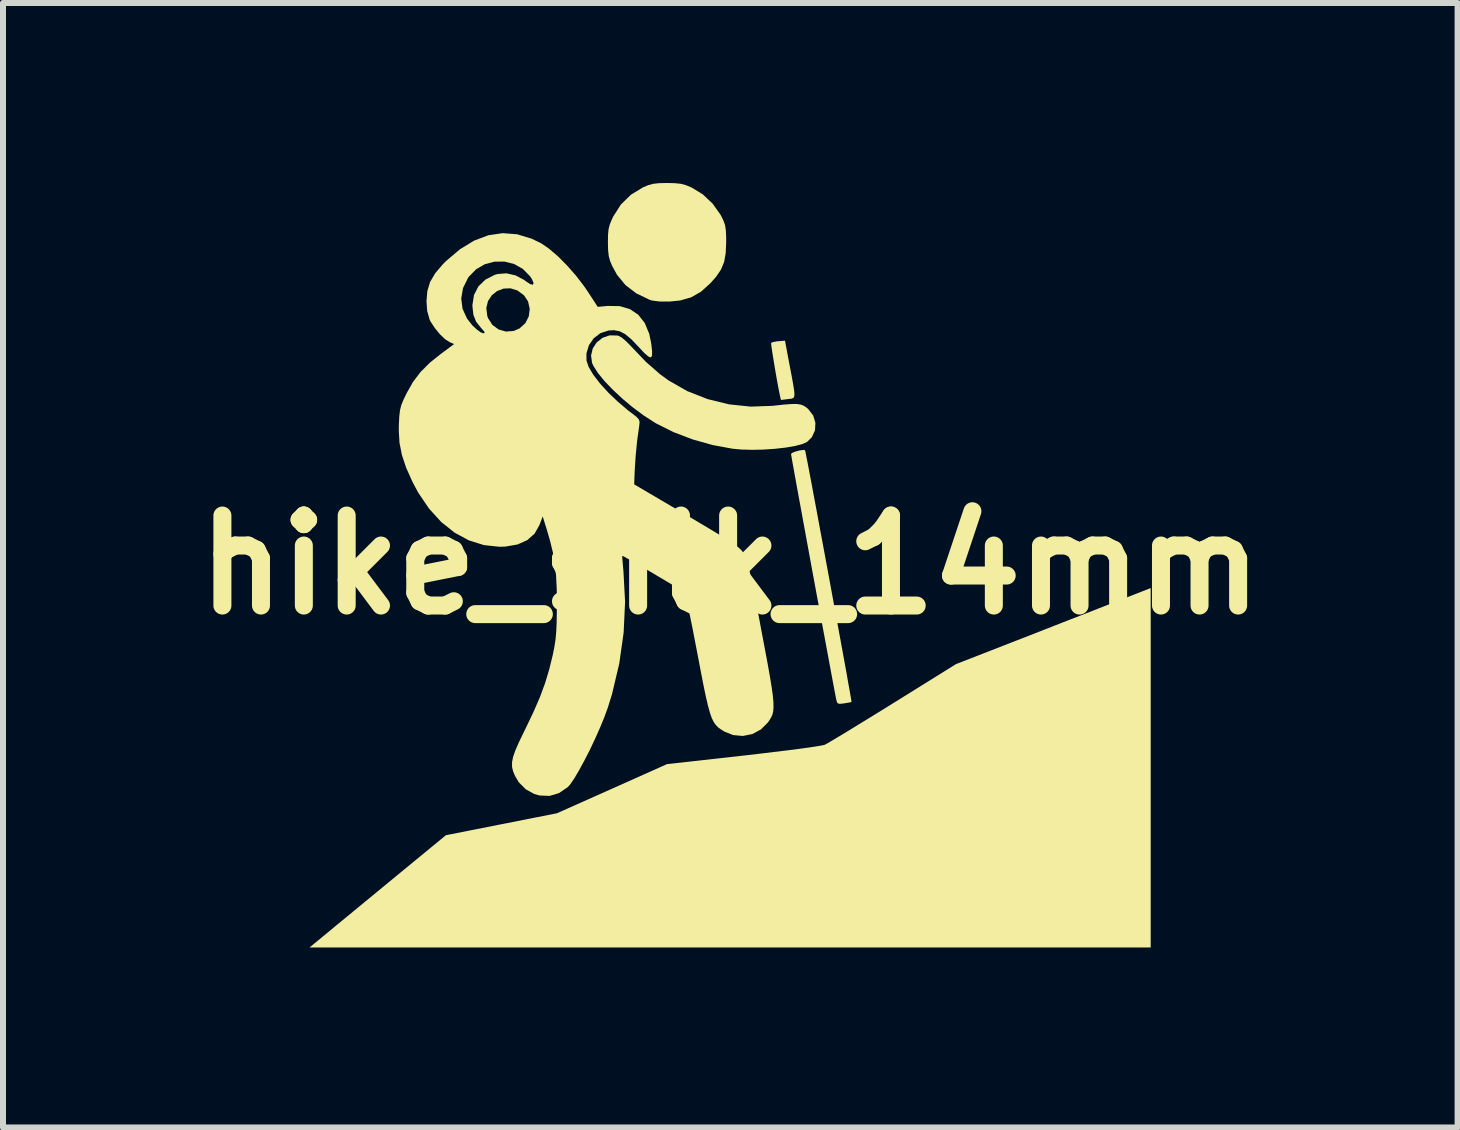
<source format=kicad_pcb>
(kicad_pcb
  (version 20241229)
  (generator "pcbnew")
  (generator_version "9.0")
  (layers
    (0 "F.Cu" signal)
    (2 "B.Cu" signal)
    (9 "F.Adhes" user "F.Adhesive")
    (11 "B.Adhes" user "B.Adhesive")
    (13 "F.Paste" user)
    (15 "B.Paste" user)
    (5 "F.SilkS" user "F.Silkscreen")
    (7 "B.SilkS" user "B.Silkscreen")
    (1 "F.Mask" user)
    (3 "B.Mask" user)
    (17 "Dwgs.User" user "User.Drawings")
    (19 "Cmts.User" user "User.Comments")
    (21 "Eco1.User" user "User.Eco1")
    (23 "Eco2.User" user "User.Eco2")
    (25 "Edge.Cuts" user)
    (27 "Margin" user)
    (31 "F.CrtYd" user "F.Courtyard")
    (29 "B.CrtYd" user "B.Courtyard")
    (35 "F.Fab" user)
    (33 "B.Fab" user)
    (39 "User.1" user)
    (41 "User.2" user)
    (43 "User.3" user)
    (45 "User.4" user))
  (footprint "hike_silk_14mm"
    (layer "F.Cu")
    (at 9.121 6.364)
    (property "Reference" "hike_silk_14mm" (at 0 0 0) (layer "F.SilkS") (effects (font (size 1.5 1.5) (thickness 0.3))))
    (attr board_only exclude_from_pos_files exclude_from_bom)
    (fp_poly (pts (xy 0.987 -3.337) (xy 1.023 -3.15) (xy 1.048 -3.01) (xy 1.064 -2.91) (xy 1.07 -2.843) (xy 1.065 -2.802) (xy 1.05 -2.78) (xy 1.024 -2.77) (xy 0.986 -2.765) (xy 0.965 -2.763) (xy 0.893 -2.754) (xy 0.851 -2.749) (xy 0.846 -2.749) (xy 0.837 -2.778) (xy 0.822 -2.85) (xy 0.801 -2.954) (xy 0.778 -3.08) (xy 0.754 -3.218) (xy 0.731 -3.356) (xy 0.71 -3.484) (xy 0.693 -3.591) (xy 0.683 -3.666) (xy 0.681 -3.7) (xy 0.682 -3.7) (xy 0.717 -3.714) (xy 0.785 -3.726) (xy 0.805 -3.727) (xy 0.912 -3.736)) (stroke (width 0) (type solid)) (fill yes) (layer "F.SilkS"))
    (fp_poly (pts (xy 7.007 3.382) (xy 7.007 6.377) (xy -0.003 6.377) (xy -7.012 6.377) (xy -6.672 6.097) (xy -6.57 6.012) (xy -6.432 5.899) (xy -6.268 5.764) (xy -6.085 5.613) (xy -5.889 5.452) (xy -5.69 5.288) (xy -5.536 5.161) (xy -4.739 4.506) (xy -3.813 4.323) (xy -2.888 4.14) (xy -1.971 3.731) (xy -1.054 3.321) (xy 0.219 3.179) (xy 0.48 3.149) (xy 0.726 3.119) (xy 0.952 3.092) (xy 1.152 3.066) (xy 1.32 3.043) (xy 1.451 3.023) (xy 1.538 3.008) (xy 1.574 2.999) (xy 1.614 2.978) (xy 1.695 2.93) (xy 1.812 2.86) (xy 1.961 2.77) (xy 2.135 2.663) (xy 2.331 2.543) (xy 2.542 2.413) (xy 2.71 2.309) (xy 3.763 1.654) (xy 5.146 1.115) (xy 5.415 1.009) (xy 5.677 0.907) (xy 5.924 0.811) (xy 6.151 0.722) (xy 6.352 0.643) (xy 6.523 0.577) (xy 6.655 0.525) (xy 6.745 0.49) (xy 6.767 0.481) (xy 7.007 0.387)) (stroke (width 0) (type solid)) (fill yes) (layer "F.SilkS"))
    (fp_poly (pts (xy -0.924 -6.361) (xy -0.827 -6.351) (xy -0.744 -6.33) (xy -0.654 -6.293) (xy -0.64 -6.286) (xy -0.457 -6.174) (xy -0.295 -6.021) (xy -0.165 -5.839) (xy -0.145 -5.803) (xy -0.109 -5.726) (xy -0.086 -5.658) (xy -0.074 -5.581) (xy -0.069 -5.478) (xy -0.068 -5.378) (xy -0.076 -5.195) (xy -0.102 -5.049) (xy -0.154 -4.922) (xy -0.237 -4.8) (xy -0.331 -4.694) (xy -0.487 -4.553) (xy -0.651 -4.459) (xy -0.835 -4.406) (xy -1.013 -4.388) (xy -1.178 -4.389) (xy -1.301 -4.405) (xy -1.343 -4.417) (xy -1.566 -4.525) (xy -1.745 -4.661) (xy -1.886 -4.832) (xy -1.966 -4.977) (xy -2.003 -5.064) (xy -2.025 -5.146) (xy -2.036 -5.241) (xy -2.039 -5.369) (xy -2.039 -5.379) (xy -2.037 -5.505) (xy -2.028 -5.596) (xy -2.008 -5.674) (xy -1.973 -5.758) (xy -1.95 -5.807) (xy -1.822 -6.006) (xy -1.654 -6.17) (xy -1.455 -6.291) (xy -1.368 -6.328) (xy -1.286 -6.35) (xy -1.191 -6.361) (xy -1.062 -6.364) (xy -1.054 -6.364)) (stroke (width 0) (type solid)) (fill yes) (layer "F.SilkS"))
    (fp_poly (pts (xy -1.885 -3.823) (xy -1.868 -3.819) (xy -1.811 -3.789) (xy -1.736 -3.727) (xy -1.656 -3.645) (xy -1.408 -3.385) (xy -1.168 -3.175) (xy -1.028 -3.073) (xy -0.716 -2.895) (xy -0.377 -2.762) (xy -0.022 -2.675) (xy 0.34 -2.637) (xy 0.702 -2.65) (xy 0.713 -2.651) (xy 0.885 -2.67) (xy 1.014 -2.68) (xy 1.107 -2.681) (xy 1.175 -2.671) (xy 1.228 -2.65) (xy 1.276 -2.617) (xy 1.302 -2.593) (xy 1.383 -2.487) (xy 1.419 -2.366) (xy 1.412 -2.242) (xy 1.361 -2.129) (xy 1.281 -2.049) (xy 1.202 -2.013) (xy 1.079 -1.981) (xy 0.923 -1.954) (xy 0.745 -1.934) (xy 0.555 -1.921) (xy 0.364 -1.917) (xy 0.183 -1.922) (xy 0.041 -1.935) (xy -0.291 -1.996) (xy -0.626 -2.09) (xy -0.946 -2.212) (xy -1.234 -2.356) (xy -1.262 -2.373) (xy -1.441 -2.488) (xy -1.621 -2.622) (xy -1.795 -2.767) (xy -1.955 -2.916) (xy -2.095 -3.062) (xy -2.206 -3.198) (xy -2.281 -3.316) (xy -2.303 -3.364) (xy -2.32 -3.489) (xy -2.292 -3.606) (xy -2.226 -3.707) (xy -2.13 -3.783) (xy -2.014 -3.824)) (stroke (width 0) (type solid)) (fill yes) (layer "F.SilkS"))
    (fp_poly (pts (xy 1.246 -1.91) (xy 1.253 -1.882) (xy 1.268 -1.805) (xy 1.292 -1.685) (xy 1.322 -1.526) (xy 1.359 -1.333) (xy 1.4 -1.111) (xy 1.446 -0.866) (xy 1.495 -0.601) (xy 1.547 -0.323) (xy 1.6 -0.036) (xy 1.654 0.255) (xy 1.707 0.544) (xy 1.759 0.828) (xy 1.809 1.1) (xy 1.856 1.356) (xy 1.899 1.591) (xy 1.937 1.8) (xy 1.968 1.978) (xy 1.994 2.12) (xy 2.011 2.221) (xy 2.02 2.276) (xy 2.021 2.284) (xy 1.991 2.293) (xy 1.926 2.304) (xy 1.898 2.309) (xy 1.825 2.317) (xy 1.789 2.307) (xy 1.773 2.272) (xy 1.768 2.251) (xy 1.756 2.193) (xy 1.736 2.088) (xy 1.709 1.943) (xy 1.675 1.762) (xy 1.636 1.55) (xy 1.592 1.314) (xy 1.544 1.056) (xy 1.494 0.783) (xy 1.441 0.5) (xy 1.388 0.212) (xy 1.335 -0.076) (xy 1.283 -0.359) (xy 1.233 -0.632) (xy 1.186 -0.89) (xy 1.142 -1.128) (xy 1.103 -1.341) (xy 1.07 -1.523) (xy 1.044 -1.669) (xy 1.025 -1.775) (xy 1.015 -1.835) (xy 1.013 -1.848) (xy 1.036 -1.868) (xy 1.093 -1.89) (xy 1.161 -1.908) (xy 1.22 -1.915)) (stroke (width 0) (type solid)) (fill yes) (layer "F.SilkS"))
    (fp_poly (pts (xy -3.55 -5.509) (xy -3.308 -5.435) (xy -3.148 -5.357) (xy -3.019 -5.268) (xy -2.873 -5.143) (xy -2.721 -4.99) (xy -2.573 -4.822) (xy -2.439 -4.648) (xy -2.382 -4.565) (xy -2.209 -4.3) (xy -2.042 -4.315) (xy -1.842 -4.312) (xy -1.672 -4.262) (xy -1.533 -4.168) (xy -1.425 -4.03) (xy -1.35 -3.849) (xy -1.317 -3.688) (xy -1.303 -3.563) (xy -1.304 -3.486) (xy -1.323 -3.456) (xy -1.365 -3.472) (xy -1.434 -3.532) (xy -1.531 -3.636) (xy -1.65 -3.761) (xy -1.751 -3.845) (xy -1.843 -3.893) (xy -1.936 -3.911) (xy -2.027 -3.906) (xy -2.163 -3.862) (xy -2.275 -3.777) (xy -2.356 -3.66) (xy -2.397 -3.523) (xy -2.396 -3.404) (xy -2.36 -3.298) (xy -2.284 -3.17) (xy -2.174 -3.026) (xy -2.036 -2.874) (xy -1.876 -2.721) (xy -1.701 -2.572) (xy -1.633 -2.521) (xy -1.56 -2.464) (xy -1.523 -2.423) (xy -1.511 -2.38) (xy -1.517 -2.32) (xy -1.518 -2.313) (xy -1.552 -2.069) (xy -1.577 -1.812) (xy -1.592 -1.575) (xy -1.593 -1.567) (xy -1.601 -1.341) (xy -0.725 -0.826) (xy -0.496 -0.69) (xy -0.309 -0.579) (xy -0.16 -0.489) (xy -0.044 -0.416) (xy 0.045 -0.358) (xy 0.11 -0.311) (xy 0.157 -0.272) (xy 0.191 -0.237) (xy 0.216 -0.204) (xy 0.225 -0.189) (xy 0.244 -0.153) (xy 0.264 -0.106) (xy 0.284 -0.043) (xy 0.307 0.041) (xy 0.332 0.151) (xy 0.363 0.291) (xy 0.399 0.468) (xy 0.441 0.686) (xy 0.492 0.951) (xy 0.521 1.107) (xy 0.578 1.408) (xy 0.625 1.66) (xy 0.662 1.869) (xy 0.69 2.04) (xy 0.709 2.177) (xy 0.719 2.286) (xy 0.721 2.372) (xy 0.716 2.44) (xy 0.703 2.495) (xy 0.682 2.542) (xy 0.655 2.586) (xy 0.629 2.625) (xy 0.511 2.743) (xy 0.368 2.82) (xy 0.209 2.852) (xy 0.048 2.837) (xy -0.098 2.779) (xy -0.153 2.744) (xy -0.201 2.71) (xy -0.241 2.669) (xy -0.277 2.617) (xy -0.31 2.549) (xy -0.341 2.459) (xy -0.373 2.341) (xy -0.408 2.191) (xy -0.447 2.003) (xy -0.492 1.772) (xy -0.545 1.494) (xy -0.589 1.266) (xy -0.63 1.054) (xy -0.668 0.866) (xy -0.702 0.706) (xy -0.729 0.581) (xy -0.748 0.498) (xy -0.76 0.461) (xy -0.76 0.461) (xy -0.79 0.44) (xy -0.857 0.398) (xy -0.954 0.339) (xy -1.072 0.269) (xy -1.203 0.191) (xy -1.338 0.111) (xy -1.47 0.034) (xy -1.59 -0.035) (xy -1.691 -0.093) (xy -1.762 -0.133) (xy -1.798 -0.15) (xy -1.8 -0.151) (xy -1.8 -0.123) (xy -1.795 -0.053) (xy -1.786 0.047) (xy -1.78 0.112) (xy -1.753 0.615) (xy -1.777 1.128) (xy -1.85 1.645) (xy -1.971 2.156) (xy -2.041 2.381) (xy -2.099 2.54) (xy -2.172 2.717) (xy -2.255 2.903) (xy -2.343 3.089) (xy -2.434 3.266) (xy -2.521 3.426) (xy -2.6 3.56) (xy -2.667 3.658) (xy -2.707 3.703) (xy -2.854 3.804) (xy -3.012 3.851) (xy -3.178 3.844) (xy -3.267 3.819) (xy -3.408 3.741) (xy -3.526 3.622) (xy -3.588 3.517) (xy -3.62 3.44) (xy -3.637 3.367) (xy -3.637 3.291) (xy -3.62 3.202) (xy -3.582 3.093) (xy -3.522 2.956) (xy -3.438 2.781) (xy -3.409 2.723) (xy -3.277 2.446) (xy -3.17 2.199) (xy -3.085 1.968) (xy -3.016 1.737) (xy -2.956 1.493) (xy -2.952 1.471) (xy -2.929 1.354) (xy -2.912 1.241) (xy -2.901 1.12) (xy -2.894 0.978) (xy -2.891 0.801) (xy -2.89 0.671) (xy -2.892 0.407) (xy -2.903 0.184) (xy -2.923 -0.014) (xy -2.955 -0.201) (xy -3.001 -0.391) (xy -3.054 -0.575) (xy -3.126 -0.807) (xy -3.18 -0.664) (xy -3.261 -0.52) (xy -3.383 -0.412) (xy -3.544 -0.34) (xy -3.744 -0.305) (xy -3.843 -0.301) (xy -4.105 -0.329) (xy -4.357 -0.408) (xy -4.595 -0.537) (xy -4.817 -0.714) (xy -5.019 -0.936) (xy -5.2 -1.202) (xy -5.296 -1.382) (xy -5.402 -1.619) (xy -5.473 -1.832) (xy -5.513 -2.036) (xy -5.525 -2.247) (xy -5.523 -2.346) (xy -5.516 -2.479) (xy -5.504 -2.577) (xy -5.484 -2.659) (xy -5.45 -2.744) (xy -5.398 -2.852) (xy -5.398 -2.853) (xy -5.288 -3.048) (xy -5.161 -3.215) (xy -5.006 -3.37) (xy -4.823 -3.516) (xy -4.602 -3.68) (xy -4.675 -3.711) (xy -4.753 -3.761) (xy -4.841 -3.845) (xy -4.925 -3.948) (xy -4.994 -4.053) (xy -5.011 -4.088) (xy -5.051 -4.23) (xy -5.063 -4.393) (xy -5.059 -4.44) (xy -4.484 -4.44) (xy -4.462 -4.268) (xy -4.388 -4.105) (xy -4.299 -3.992) (xy -4.226 -3.924) (xy -4.161 -3.876) (xy -4.119 -3.859) (xy -4.093 -3.865) (xy -4.1 -3.888) (xy -4.144 -3.938) (xy -4.153 -3.948) (xy -4.236 -4.053) (xy -4.281 -4.166) (xy -4.294 -4.28) (xy -4.066 -4.28) (xy -4.05 -4.15) (xy -4.037 -4.112) (xy -3.965 -3.999) (xy -3.861 -3.923) (xy -3.739 -3.888) (xy -3.61 -3.898) (xy -3.512 -3.94) (xy -3.415 -4.028) (xy -3.358 -4.141) (xy -3.342 -4.266) (xy -3.37 -4.39) (xy -3.437 -4.491) (xy -3.547 -4.573) (xy -3.664 -4.609) (xy -3.78 -4.604) (xy -3.886 -4.563) (xy -3.975 -4.492) (xy -4.038 -4.396) (xy -4.066 -4.28) (xy -4.294 -4.28) (xy -4.297 -4.307) (xy -4.297 -4.333) (xy -4.271 -4.498) (xy -4.198 -4.64) (xy -4.082 -4.753) (xy -3.928 -4.832) (xy -3.878 -4.847) (xy -3.733 -4.859) (xy -3.58 -4.825) (xy -3.436 -4.749) (xy -3.412 -4.73) (xy -3.334 -4.678) (xy -3.288 -4.669) (xy -3.278 -4.699) (xy -3.307 -4.765) (xy -3.336 -4.809) (xy -3.457 -4.932) (xy -3.602 -5.014) (xy -3.763 -5.054) (xy -3.929 -5.053) (xy -4.089 -5.011) (xy -4.235 -4.927) (xy -4.356 -4.803) (xy -4.371 -4.782) (xy -4.454 -4.613) (xy -4.484 -4.44) (xy -5.059 -4.44) (xy -5.049 -4.562) (xy -5.003 -4.714) (xy -4.919 -4.858) (xy -4.792 -5.008) (xy -4.74 -5.061) (xy -4.506 -5.259) (xy -4.27 -5.403) (xy -4.032 -5.493) (xy -3.792 -5.528)) (stroke (width 0) (type solid)) (fill yes) (layer "F.SilkS")))
  (gr_rect
    (start -3 -3)
    (end 21.243 15.741)
    (stroke (width 0.1) (type default))
    (fill no)
    (layer "Edge.Cuts")))
</source>
